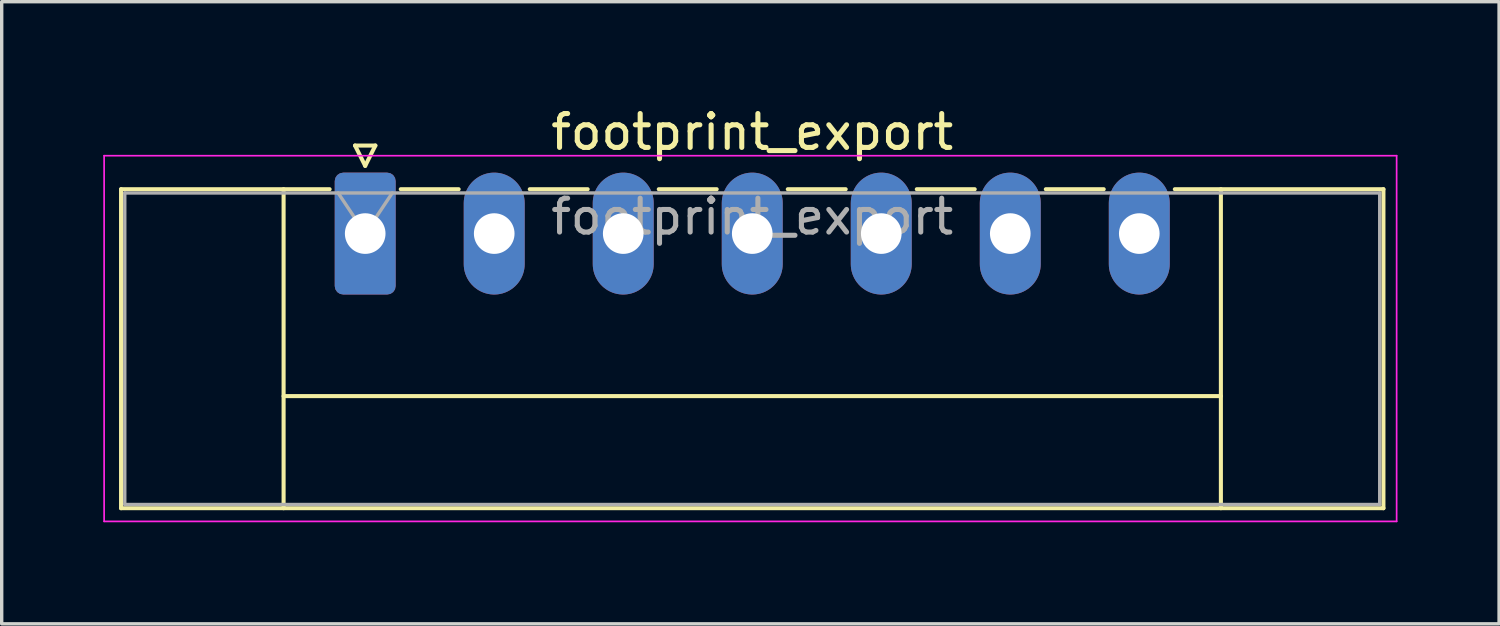
<source format=kicad_pcb>
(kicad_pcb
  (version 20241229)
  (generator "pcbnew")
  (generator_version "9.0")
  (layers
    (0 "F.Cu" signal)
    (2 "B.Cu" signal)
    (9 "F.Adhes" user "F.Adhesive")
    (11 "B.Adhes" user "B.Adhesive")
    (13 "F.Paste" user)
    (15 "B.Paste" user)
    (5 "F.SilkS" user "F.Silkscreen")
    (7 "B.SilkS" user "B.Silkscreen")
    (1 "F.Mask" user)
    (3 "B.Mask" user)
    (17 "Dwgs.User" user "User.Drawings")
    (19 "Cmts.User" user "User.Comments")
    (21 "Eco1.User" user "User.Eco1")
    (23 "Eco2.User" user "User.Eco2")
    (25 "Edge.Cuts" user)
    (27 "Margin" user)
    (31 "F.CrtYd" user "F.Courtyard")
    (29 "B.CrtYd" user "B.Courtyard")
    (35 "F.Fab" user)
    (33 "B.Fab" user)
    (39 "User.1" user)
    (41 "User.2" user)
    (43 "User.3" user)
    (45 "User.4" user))
  (footprint "footprint_export"
    (layer "F.Cu")
    (at 7.735 3.848)
    (property "Reference" "footprint_export" (at 11.43 -3 0) (layer "F.SilkS") (effects (font (size 1 1) (thickness 0.15))))
    (attr through_hole)
    (fp_line (start -7.21 -1.31) (end -7.21 8.11) (stroke (width 0.12) (type solid)) (layer "F.SilkS"))
    (fp_line (start -7.21 -1.31) (end -1.05 -1.31) (stroke (width 0.12) (type solid)) (layer "F.SilkS"))
    (fp_line (start -7.21 8.11) (end 30.07 8.11) (stroke (width 0.12) (type solid)) (layer "F.SilkS"))
    (fp_line (start -2.41 -1.31) (end -2.41 8.11) (stroke (width 0.12) (type solid)) (layer "F.SilkS"))
    (fp_line (start -2.41 4.8) (end 25.27 4.8) (stroke (width 0.12) (type solid)) (layer "F.SilkS"))
    (fp_line (start -0.3 -2.6) (end 0.3 -2.6) (stroke (width 0.12) (type solid)) (layer "F.SilkS"))
    (fp_line (start 0 -2) (end -0.3 -2.6) (stroke (width 0.12) (type solid)) (layer "F.SilkS"))
    (fp_line (start 0.3 -2.6) (end 0 -2) (stroke (width 0.12) (type solid)) (layer "F.SilkS"))
    (fp_line (start 1.05 -1.31) (end 2.76 -1.31) (stroke (width 0.12) (type solid)) (layer "F.SilkS"))
    (fp_line (start 4.86 -1.31) (end 6.57 -1.31) (stroke (width 0.12) (type solid)) (layer "F.SilkS"))
    (fp_line (start 8.67 -1.31) (end 10.38 -1.31) (stroke (width 0.12) (type solid)) (layer "F.SilkS"))
    (fp_line (start 12.48 -1.31) (end 14.19 -1.31) (stroke (width 0.12) (type solid)) (layer "F.SilkS"))
    (fp_line (start 16.29 -1.31) (end 18 -1.31) (stroke (width 0.12) (type solid)) (layer "F.SilkS"))
    (fp_line (start 20.1 -1.31) (end 21.81 -1.31) (stroke (width 0.12) (type solid)) (layer "F.SilkS"))
    (fp_line (start 25.27 -1.31) (end 25.27 8.11) (stroke (width 0.12) (type solid)) (layer "F.SilkS"))
    (fp_line (start 30.07 -1.31) (end 23.91 -1.31) (stroke (width 0.12) (type solid)) (layer "F.SilkS"))
    (fp_line (start 30.07 8.11) (end 30.07 -1.31) (stroke (width 0.12) (type solid)) (layer "F.SilkS"))
    (fp_line (start -7.71 -2.3) (end -7.71 8.5) (stroke (width 0.05) (type solid)) (layer "F.CrtYd"))
    (fp_line (start -7.71 8.5) (end 30.46 8.5) (stroke (width 0.05) (type solid)) (layer "F.CrtYd"))
    (fp_line (start 30.46 -2.3) (end -7.71 -2.3) (stroke (width 0.05) (type solid)) (layer "F.CrtYd"))
    (fp_line (start 30.46 8.5) (end 30.46 -2.3) (stroke (width 0.05) (type solid)) (layer "F.CrtYd"))
    (fp_line (start -7.1 -1.2) (end -7.1 8) (stroke (width 0.1) (type solid)) (layer "F.Fab"))
    (fp_line (start -7.1 8) (end 29.96 8) (stroke (width 0.1) (type solid)) (layer "F.Fab"))
    (fp_line (start 0 0) (end -0.8 -1.2) (stroke (width 0.1) (type solid)) (layer "F.Fab"))
    (fp_line (start 0.8 -1.2) (end 0 0) (stroke (width 0.1) (type solid)) (layer "F.Fab"))
    (fp_line (start 29.96 -1.2) (end -7.1 -1.2) (stroke (width 0.1) (type solid)) (layer "F.Fab"))
    (fp_line (start 29.96 8) (end 29.96 -1.2) (stroke (width 0.1) (type solid)) (layer "F.Fab"))
    (fp_text user "${REFERENCE}" (at 11.43 -0.5 0) (layer "F.Fab") (effects (font (size 1 1) (thickness 0.15))))
    (pad "1" thru_hole roundrect (at 0 0) (size 1.8 3.6) (drill 1.2) (layers "*.Cu" "*.Mask") (roundrect_rratio 0.139))
    (pad "2" thru_hole oval (at 3.81 0) (size 1.8 3.6) (drill 1.2) (layers "*.Cu" "*.Mask"))
    (pad "3" thru_hole oval (at 7.62 0) (size 1.8 3.6) (drill 1.2) (layers "*.Cu" "*.Mask"))
    (pad "4" thru_hole oval (at 11.43 0) (size 1.8 3.6) (drill 1.2) (layers "*.Cu" "*.Mask"))
    (pad "5" thru_hole oval (at 15.24 0) (size 1.8 3.6) (drill 1.2) (layers "*.Cu" "*.Mask"))
    (pad "6" thru_hole oval (at 19.05 0) (size 1.8 3.6) (drill 1.2) (layers "*.Cu" "*.Mask"))
    (pad "7" thru_hole oval (at 22.86 0) (size 1.8 3.6) (drill 1.2) (layers "*.Cu" "*.Mask")))
  (gr_rect
    (start -3 -3)
    (end 41.22 15.373)
    (stroke (width 0.1) (type default))
    (fill no)
    (layer "Edge.Cuts")))
</source>
